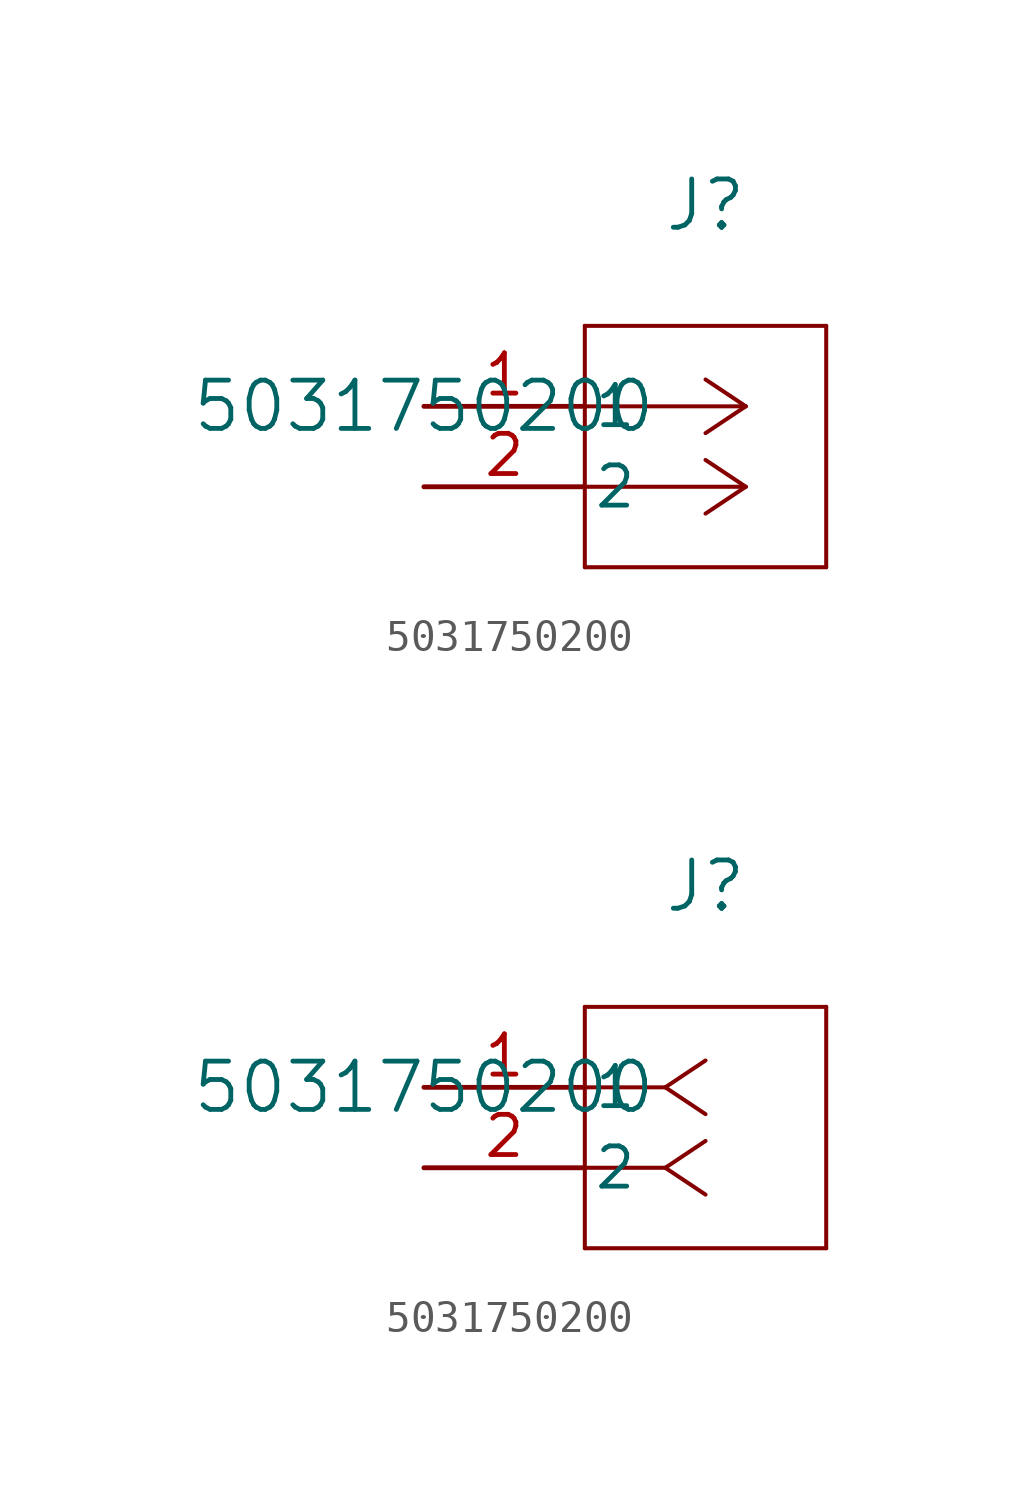
<source format=kicad_sym>
(kicad_symbol_lib
  (version 20211014)
  (generator kicad_symbol_editor)
  (symbol "5031750200"
    (pin_names
      (offset 0.254))
    (property "Reference" "J"
      (at 8.89 6.35 0)
      (effects (font (size 1.524 1.524))))
    (property "Value" "5031750200"
      (at 0 0 0)
      (effects (font (size 1.524 1.524))))
    (symbol "5031750200_1_1"
      (polyline (pts (xy 10.16 0) (xy 5.08 0)) (stroke (width 0.127) (type default) (color 0 0 0 0)) (fill (type none)))
      (polyline (pts (xy 10.16 -2.54) (xy 5.08 -2.54)) (stroke (width 0.127) (type default) (color 0 0 0 0)) (fill (type none)))
      (polyline (pts (xy 10.16 0) (xy 8.89 0.847)) (stroke (width 0.127) (type default) (color 0 0 0 0)) (fill (type none)))
      (polyline (pts (xy 10.16 -2.54) (xy 8.89 -1.693)) (stroke (width 0.127) (type default) (color 0 0 0 0)) (fill (type none)))
      (polyline (pts (xy 10.16 0) (xy 8.89 -0.847)) (stroke (width 0.127) (type default) (color 0 0 0 0)) (fill (type none)))
      (polyline (pts (xy 10.16 -2.54) (xy 8.89 -3.387)) (stroke (width 0.127) (type default) (color 0 0 0 0)) (fill (type none)))
      (polyline (pts (xy 5.08 2.54) (xy 5.08 -5.08)) (stroke (width 0.127) (type default) (color 0 0 0 0)) (fill (type none)))
      (polyline (pts (xy 5.08 -5.08) (xy 12.7 -5.08)) (stroke (width 0.127) (type default) (color 0 0 0 0)) (fill (type none)))
      (polyline (pts (xy 12.7 -5.08) (xy 12.7 2.54)) (stroke (width 0.127) (type default) (color 0 0 0 0)) (fill (type none)))
      (polyline (pts (xy 12.7 2.54) (xy 5.08 2.54)) (stroke (width 0.127) (type default) (color 0 0 0 0)) (fill (type none)))
      (pin unspecified line (at 0 0 0) (length 5.08) (name "1" (effects (font (size 1.27 1.27)))) (number "1" (effects (font (size 1.27 1.27)))))
      (pin unspecified line (at 0 -2.54 0) (length 5.08) (name "2" (effects (font (size 1.27 1.27)))) (number "2" (effects (font (size 1.27 1.27))))))
    (symbol "5031750200_1_2"
      (polyline (pts (xy 7.62 0) (xy 5.08 0)) (stroke (width 0.127) (type default) (color 0 0 0 0)) (fill (type none)))
      (polyline (pts (xy 7.62 -2.54) (xy 5.08 -2.54)) (stroke (width 0.127) (type default) (color 0 0 0 0)) (fill (type none)))
      (polyline (pts (xy 7.62 0) (xy 8.89 0.847)) (stroke (width 0.127) (type default) (color 0 0 0 0)) (fill (type none)))
      (polyline (pts (xy 7.62 -2.54) (xy 8.89 -1.693)) (stroke (width 0.127) (type default) (color 0 0 0 0)) (fill (type none)))
      (polyline (pts (xy 7.62 0) (xy 8.89 -0.847)) (stroke (width 0.127) (type default) (color 0 0 0 0)) (fill (type none)))
      (polyline (pts (xy 7.62 -2.54) (xy 8.89 -3.387)) (stroke (width 0.127) (type default) (color 0 0 0 0)) (fill (type none)))
      (polyline (pts (xy 5.08 2.54) (xy 5.08 -5.08)) (stroke (width 0.127) (type default) (color 0 0 0 0)) (fill (type none)))
      (polyline (pts (xy 5.08 -5.08) (xy 12.7 -5.08)) (stroke (width 0.127) (type default) (color 0 0 0 0)) (fill (type none)))
      (polyline (pts (xy 12.7 -5.08) (xy 12.7 2.54)) (stroke (width 0.127) (type default) (color 0 0 0 0)) (fill (type none)))
      (polyline (pts (xy 12.7 2.54) (xy 5.08 2.54)) (stroke (width 0.127) (type default) (color 0 0 0 0)) (fill (type none)))
      (pin unspecified line (at 0 0 0) (length 5.08) (name "1" (effects (font (size 1.27 1.27)))) (number "1" (effects (font (size 1.27 1.27)))))
      (pin unspecified line (at 0 -2.54 0) (length 5.08) (name "2" (effects (font (size 1.27 1.27)))) (number "2" (effects (font (size 1.27 1.27))))))))
</source>
